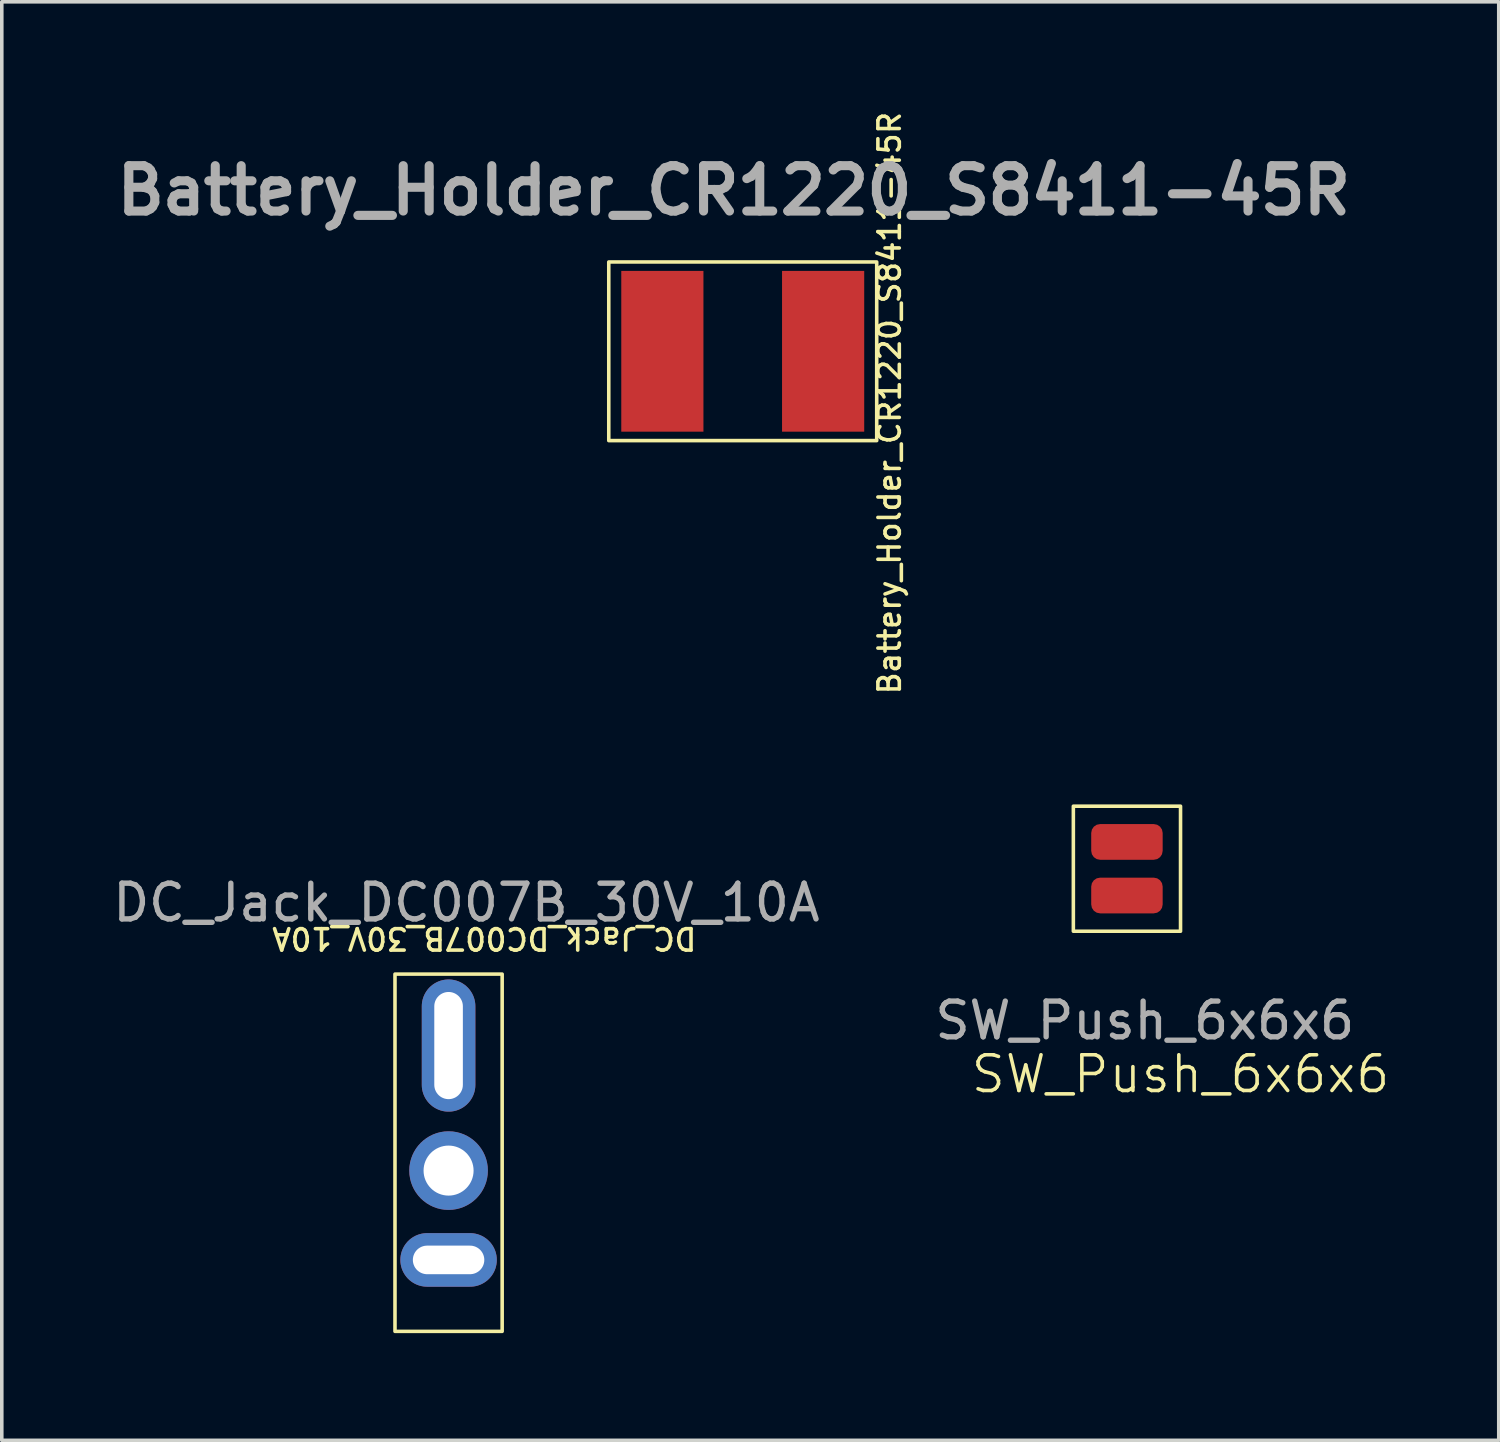
<source format=kicad_pcb>
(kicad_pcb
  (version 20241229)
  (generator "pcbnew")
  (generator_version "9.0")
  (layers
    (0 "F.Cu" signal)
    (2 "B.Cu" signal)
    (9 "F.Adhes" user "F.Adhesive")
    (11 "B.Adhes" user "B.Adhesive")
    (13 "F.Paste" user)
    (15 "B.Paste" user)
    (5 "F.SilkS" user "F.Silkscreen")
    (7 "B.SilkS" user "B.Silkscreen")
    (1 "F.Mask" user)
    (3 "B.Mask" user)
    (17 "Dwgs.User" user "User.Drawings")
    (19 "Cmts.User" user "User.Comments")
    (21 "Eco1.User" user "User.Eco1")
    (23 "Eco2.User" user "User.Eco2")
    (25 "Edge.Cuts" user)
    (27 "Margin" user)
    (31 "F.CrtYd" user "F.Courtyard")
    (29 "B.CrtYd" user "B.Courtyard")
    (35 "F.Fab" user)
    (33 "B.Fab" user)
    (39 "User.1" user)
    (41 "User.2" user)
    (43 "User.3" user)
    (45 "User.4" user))
  (footprint "SW_Push_6x6x6"
    (layer "F.Cu")
    (at 28.994 23.016)
    (property "Reference" "SW_Push_6x6x6" (at 1 4 0) (unlocked yes) (layer "F.SilkS") (effects (font (size 1 1) (thickness 0.1))))
    (attr smd)
    (fp_rect (start -2 -3.5) (end 1 0) (stroke (width 0.1) (type default)) (fill no) (layer "F.SilkS"))
    (fp_text user "${REFERENCE}" (at 0 2.5 0) (unlocked yes) (layer "F.Fab") (effects (font (size 1 1) (thickness 0.15))))
    (pad "1" smd roundrect (at -0.5 -1) (size 2 1) (layers "F.Cu" "F.Mask" "F.Paste") (roundrect_rratio 0.25))
    (pad "2" smd roundrect (at -0.5 -2.5) (size 2 1) (layers "F.Cu" "F.Mask" "F.Paste") (roundrect_rratio 0.25)))
  (footprint "Battery_Holder_CR1220_S8411-45R"
    (layer "F.Cu")
    (at 17.49 3.783)
    (property "Reference" "Battery_Holder_CR1220_S8411-45R" (at 4.36 4.45 270) (layer "F.SilkS") (effects (font (size 0.6 0.6) (thickness 0.1))))
    (attr through_hole)
    (fp_rect (start -3.5 0.5) (end 4 5.5) (stroke (width 0.1) (type default)) (fill no) (layer "F.SilkS"))
    (fp_text user "${REFERENCE}" (at 0 -1.5 180) (layer "F.Fab") (effects (font (size 1.27 1.27) (thickness 0.254))))
    (pad "1" smd rect (at 2.5 3) (size 2.3 4.5) (layers "F.Cu" "F.Mask" "F.Paste"))
    (pad "2" smd rect (at -2 3) (size 2.3 4.5) (layers "F.Cu" "F.Mask" "F.Paste")))
  (footprint "DC_Jack_DC007B_30V_10A"
    (layer "F.Cu")
    (at 10.006 19.716)
    (property "Reference" "DC_Jack_DC007B_30V_10A" (at 0.5 3.5 180) (unlocked yes) (layer "F.SilkS") (effects (font (size 0.6 0.6) (thickness 0.1))))
    (attr through_hole)
    (fp_rect (start 1 4.5) (end -2 14.5) (stroke (width 0.1) (type default)) (fill no) (layer "F.SilkS"))
    (fp_text user "${REFERENCE}" (at 0 2.5 0) (unlocked yes) (layer "F.Fab") (effects (font (size 1 1) (thickness 0.15))))
    (pad "1" thru_hole circle (at -0.5 10) (size 2.2 2.2) (drill 1.4) (layers "*.Cu" "*.Mask"))
    (pad "2" thru_hole oval (at -0.5 6.5 180) (size 1.5 3.7) (drill oval 0.8 3) (layers "*.Cu" "*.Mask"))
    (pad "3" thru_hole oval (at -0.5 12.5 90) (size 1.5 2.7) (drill oval 0.8 2) (layers "*.Cu" "*.Mask")))
  (gr_rect
    (start -3 -3)
    (end 38.901 37.266)
    (stroke (width 0.1) (type default))
    (fill no)
    (layer "Edge.Cuts")))
</source>
